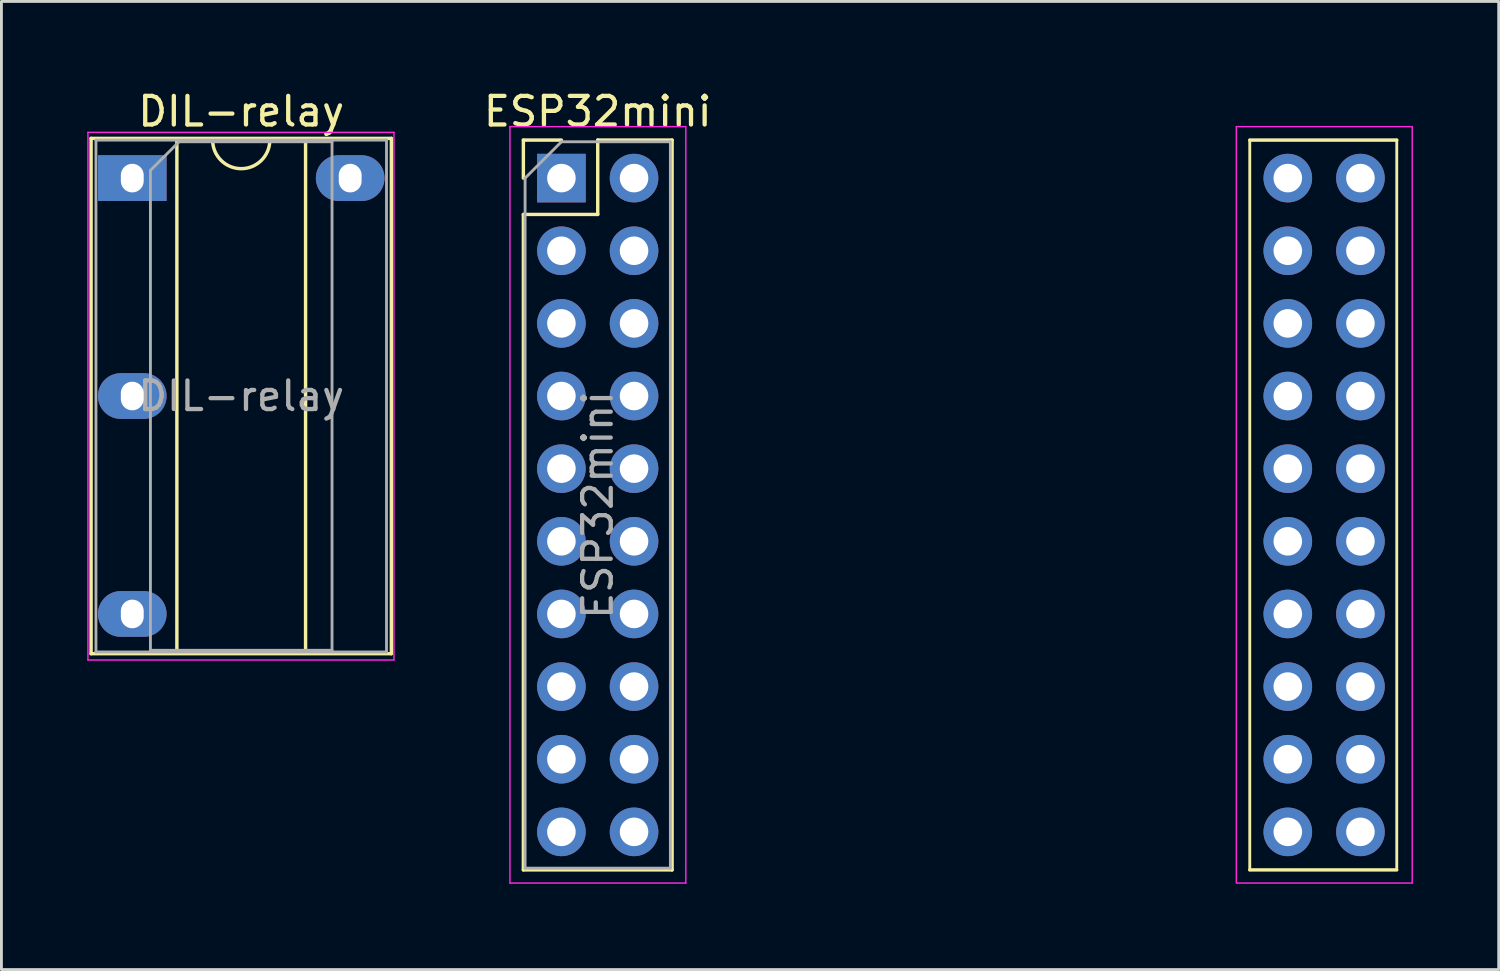
<source format=kicad_pcb>
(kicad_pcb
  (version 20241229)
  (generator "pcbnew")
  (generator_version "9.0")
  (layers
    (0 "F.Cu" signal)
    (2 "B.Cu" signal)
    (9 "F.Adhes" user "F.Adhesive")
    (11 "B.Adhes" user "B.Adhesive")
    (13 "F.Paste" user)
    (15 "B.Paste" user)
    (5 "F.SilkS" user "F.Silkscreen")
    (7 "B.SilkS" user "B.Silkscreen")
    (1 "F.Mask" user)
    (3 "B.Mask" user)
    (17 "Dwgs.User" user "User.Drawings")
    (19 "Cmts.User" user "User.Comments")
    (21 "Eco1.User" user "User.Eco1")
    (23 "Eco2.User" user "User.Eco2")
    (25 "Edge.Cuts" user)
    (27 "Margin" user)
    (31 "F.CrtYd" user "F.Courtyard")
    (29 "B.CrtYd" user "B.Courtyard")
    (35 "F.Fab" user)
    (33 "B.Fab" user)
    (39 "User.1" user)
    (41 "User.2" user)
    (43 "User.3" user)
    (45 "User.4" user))
  (footprint "DIL-relay"
    (layer "F.Cu")
    (at 1.575 3.178)
    (property "Reference" "DIL-relay" (at 3.81 -2.33 0) (layer "F.SilkS") (effects (font (size 1 1) (thickness 0.15))))
    (attr through_hole)
    (fp_line (start -1.44 -1.39) (end -1.44 16.63) (stroke (width 0.12) (type solid)) (layer "F.SilkS"))
    (fp_line (start -1.44 16.63) (end 9.06 16.63) (stroke (width 0.12) (type solid)) (layer "F.SilkS"))
    (fp_line (start 1.56 -1.33) (end 1.56 16.57) (stroke (width 0.12) (type solid)) (layer "F.SilkS"))
    (fp_line (start 1.56 16.57) (end 6.06 16.57) (stroke (width 0.12) (type solid)) (layer "F.SilkS"))
    (fp_line (start 2.81 -1.33) (end 1.56 -1.33) (stroke (width 0.12) (type solid)) (layer "F.SilkS"))
    (fp_line (start 6.06 -1.33) (end 4.81 -1.33) (stroke (width 0.12) (type solid)) (layer "F.SilkS"))
    (fp_line (start 6.06 16.57) (end 6.06 -1.33) (stroke (width 0.12) (type solid)) (layer "F.SilkS"))
    (fp_line (start 9.06 -1.39) (end -1.44 -1.39) (stroke (width 0.12) (type solid)) (layer "F.SilkS"))
    (fp_line (start 9.06 16.63) (end 9.06 -1.39) (stroke (width 0.12) (type solid)) (layer "F.SilkS"))
    (fp_arc (start 4.81 -1.33) (mid 3.81 -0.33) (end 2.81 -1.33) (stroke (width 0.12) (type solid)) (layer "F.SilkS"))
    (fp_line (start -1.55 -1.6) (end -1.55 16.85) (stroke (width 0.05) (type solid)) (layer "F.CrtYd"))
    (fp_line (start -1.55 16.85) (end 9.15 16.85) (stroke (width 0.05) (type solid)) (layer "F.CrtYd"))
    (fp_line (start 9.15 -1.6) (end -1.55 -1.6) (stroke (width 0.05) (type solid)) (layer "F.CrtYd"))
    (fp_line (start 9.15 16.85) (end 9.15 -1.6) (stroke (width 0.05) (type solid)) (layer "F.CrtYd"))
    (fp_line (start -1.27 -1.33) (end -1.27 16.57) (stroke (width 0.1) (type solid)) (layer "F.Fab"))
    (fp_line (start -1.27 16.57) (end 8.89 16.57) (stroke (width 0.1) (type solid)) (layer "F.Fab"))
    (fp_line (start 0.635 -0.27) (end 1.635 -1.27) (stroke (width 0.1) (type solid)) (layer "F.Fab"))
    (fp_line (start 0.635 16.51) (end 0.635 -0.27) (stroke (width 0.1) (type solid)) (layer "F.Fab"))
    (fp_line (start 1.635 -1.27) (end 6.985 -1.27) (stroke (width 0.1) (type solid)) (layer "F.Fab"))
    (fp_line (start 6.985 -1.27) (end 6.985 16.51) (stroke (width 0.1) (type solid)) (layer "F.Fab"))
    (fp_line (start 6.985 16.51) (end 0.635 16.51) (stroke (width 0.1) (type solid)) (layer "F.Fab"))
    (fp_line (start 8.89 -1.33) (end -1.27 -1.33) (stroke (width 0.1) (type solid)) (layer "F.Fab"))
    (fp_line (start 8.89 16.57) (end 8.89 -1.33) (stroke (width 0.1) (type solid)) (layer "F.Fab"))
    (fp_text user "${REFERENCE}" (at 3.81 7.62 0) (layer "F.Fab") (effects (font (size 1 1) (thickness 0.15))))
    (pad "1" thru_hole rect (at 0 0) (size 2.4 1.6) (drill oval 0.8 1) (layers "*.Cu" "*.Mask"))
    (pad "2" thru_hole oval (at 7.62 0) (size 2.4 1.6) (drill oval 0.8 1) (layers "*.Cu" "*.Mask"))
    (pad "3" thru_hole oval (at 0 7.62) (size 2.4 1.6) (drill oval 0.8 1) (layers "*.Cu" "*.Mask"))
    (pad "4" thru_hole oval (at 0 15.24) (size 2.4 1.6) (drill oval 0.8 1) (layers "*.Cu" "*.Mask")))
  (footprint "ESP32mini"
    (layer "F.Cu")
    (at 16.581 3.178)
    (property "Reference" "ESP32mini" (at 1.27 -2.33 0) (layer "F.SilkS") (effects (font (size 1 1) (thickness 0.15))))
    (attr through_hole)
    (fp_line (start -1.33 -1.33) (end 0 -1.33) (stroke (width 0.12) (type solid)) (layer "F.SilkS"))
    (fp_line (start -1.33 0) (end -1.33 -1.33) (stroke (width 0.12) (type solid)) (layer "F.SilkS"))
    (fp_line (start -1.33 1.27) (end -1.33 24.19) (stroke (width 0.12) (type solid)) (layer "F.SilkS"))
    (fp_line (start -1.33 1.27) (end 1.27 1.27) (stroke (width 0.12) (type solid)) (layer "F.SilkS"))
    (fp_line (start -1.33 24.19) (end 3.87 24.19) (stroke (width 0.12) (type solid)) (layer "F.SilkS"))
    (fp_line (start 1.27 -1.33) (end 3.87 -1.33) (stroke (width 0.12) (type solid)) (layer "F.SilkS"))
    (fp_line (start 1.27 1.27) (end 1.27 -1.33) (stroke (width 0.12) (type solid)) (layer "F.SilkS"))
    (fp_line (start 3.87 -1.33) (end 3.87 24.19) (stroke (width 0.12) (type solid)) (layer "F.SilkS"))
    (fp_line (start 24.07 -1.33) (end 24.07 24.19) (stroke (width 0.1) (type solid)) (layer "F.SilkS"))
    (fp_line (start 24.07 -1.33) (end 29.21 -1.33) (stroke (width 0.12) (type solid)) (layer "F.SilkS"))
    (fp_line (start 24.07 24.19) (end 29.21 24.19) (stroke (width 0.12) (type solid)) (layer "F.SilkS"))
    (fp_line (start 29.21 -1.33) (end 29.21 24.13) (stroke (width 0.1) (type solid)) (layer "F.SilkS"))
    (fp_line (start -1.8 -1.8) (end -1.8 24.65) (stroke (width 0.05) (type solid)) (layer "F.CrtYd"))
    (fp_line (start -1.8 24.65) (end 4.35 24.65) (stroke (width 0.05) (type solid)) (layer "F.CrtYd"))
    (fp_line (start 4.35 -1.8) (end -1.8 -1.8) (stroke (width 0.05) (type solid)) (layer "F.CrtYd"))
    (fp_line (start 4.35 24.65) (end 4.35 -1.8) (stroke (width 0.05) (type solid)) (layer "F.CrtYd"))
    (fp_line (start 23.6 -1.8) (end 23.6 24.65) (stroke (width 0.05) (type solid)) (layer "F.CrtYd"))
    (fp_line (start 29.75 -1.8) (end 23.6 -1.8) (stroke (width 0.05) (type solid)) (layer "F.CrtYd"))
    (fp_line (start 29.75 -1.8) (end 29.75 24.65) (stroke (width 0.05) (type solid)) (layer "F.CrtYd"))
    (fp_line (start 29.75 24.65) (end 23.622 24.65) (stroke (width 0.05) (type solid)) (layer "F.CrtYd"))
    (fp_line (start -1.27 0) (end 0 -1.27) (stroke (width 0.1) (type solid)) (layer "F.Fab"))
    (fp_line (start -1.27 24.13) (end -1.27 0) (stroke (width 0.1) (type solid)) (layer "F.Fab"))
    (fp_line (start 0 -1.27) (end 3.81 -1.27) (stroke (width 0.1) (type solid)) (layer "F.Fab"))
    (fp_line (start 3.81 -1.27) (end 3.81 24.13) (stroke (width 0.1) (type solid)) (layer "F.Fab"))
    (fp_line (start 3.81 24.13) (end -1.27 24.13) (stroke (width 0.1) (type solid)) (layer "F.Fab"))
    (fp_text user "${REFERENCE}" (at 1.27 11.43 90) (layer "F.Fab") (effects (font (size 1 1) (thickness 0.15))))
    (pad "1" thru_hole rect (at 0 0) (size 1.7 1.7) (drill 1) (layers "*.Cu" "*.Mask"))
    (pad "2" thru_hole oval (at 2.54 0) (size 1.7 1.7) (drill 1) (layers "*.Cu" "*.Mask"))
    (pad "3" thru_hole oval (at 0 2.54) (size 1.7 1.7) (drill 1) (layers "*.Cu" "*.Mask"))
    (pad "4" thru_hole oval (at 2.54 2.54) (size 1.7 1.7) (drill 1) (layers "*.Cu" "*.Mask"))
    (pad "5" thru_hole oval (at 0 5.08) (size 1.7 1.7) (drill 1) (layers "*.Cu" "*.Mask"))
    (pad "6" thru_hole oval (at 2.54 5.08) (size 1.7 1.7) (drill 1) (layers "*.Cu" "*.Mask"))
    (pad "7" thru_hole oval (at 0 7.62) (size 1.7 1.7) (drill 1) (layers "*.Cu" "*.Mask"))
    (pad "8" thru_hole oval (at 2.54 7.62) (size 1.7 1.7) (drill 1) (layers "*.Cu" "*.Mask"))
    (pad "9" thru_hole oval (at 0 10.16) (size 1.7 1.7) (drill 1) (layers "*.Cu" "*.Mask"))
    (pad "10" thru_hole oval (at 2.54 10.16) (size 1.7 1.7) (drill 1) (layers "*.Cu" "*.Mask"))
    (pad "11" thru_hole oval (at 0 12.7) (size 1.7 1.7) (drill 1) (layers "*.Cu" "*.Mask"))
    (pad "12" thru_hole oval (at 2.54 12.7) (size 1.7 1.7) (drill 1) (layers "*.Cu" "*.Mask"))
    (pad "13" thru_hole oval (at 0 15.24) (size 1.7 1.7) (drill 1) (layers "*.Cu" "*.Mask"))
    (pad "14" thru_hole oval (at 2.54 15.24) (size 1.7 1.7) (drill 1) (layers "*.Cu" "*.Mask"))
    (pad "15" thru_hole oval (at 0 17.78) (size 1.7 1.7) (drill 1) (layers "*.Cu" "*.Mask"))
    (pad "16" thru_hole oval (at 2.54 17.78) (size 1.7 1.7) (drill 1) (layers "*.Cu" "*.Mask"))
    (pad "17" thru_hole oval (at 0 20.32) (size 1.7 1.7) (drill 1) (layers "*.Cu" "*.Mask"))
    (pad "18" thru_hole oval (at 2.54 20.32) (size 1.7 1.7) (drill 1) (layers "*.Cu" "*.Mask"))
    (pad "19" thru_hole oval (at 0 22.86) (size 1.7 1.7) (drill 1) (layers "*.Cu" "*.Mask"))
    (pad "20" thru_hole oval (at 2.54 22.86) (size 1.7 1.7) (drill 1) (layers "*.Cu" "*.Mask"))
    (pad "21" thru_hole oval (at 25.4 0) (size 1.7 1.7) (drill 1) (layers "*.Cu" "*.Mask"))
    (pad "22" thru_hole oval (at 27.94 0) (size 1.7 1.7) (drill 1) (layers "*.Cu" "*.Mask"))
    (pad "23" thru_hole oval (at 25.4 2.54) (size 1.7 1.7) (drill 1) (layers "*.Cu" "*.Mask"))
    (pad "24" thru_hole oval (at 27.94 2.54) (size 1.7 1.7) (drill 1) (layers "*.Cu" "*.Mask"))
    (pad "25" thru_hole oval (at 25.4 5.08) (size 1.7 1.7) (drill 1) (layers "*.Cu" "*.Mask"))
    (pad "26" thru_hole oval (at 27.94 5.08) (size 1.7 1.7) (drill 1) (layers "*.Cu" "*.Mask"))
    (pad "27" thru_hole oval (at 25.4 7.62) (size 1.7 1.7) (drill 1) (layers "*.Cu" "*.Mask"))
    (pad "28" thru_hole oval (at 27.94 7.62) (size 1.7 1.7) (drill 1) (layers "*.Cu" "*.Mask"))
    (pad "29" thru_hole oval (at 25.4 10.16) (size 1.7 1.7) (drill 1) (layers "*.Cu" "*.Mask"))
    (pad "30" thru_hole oval (at 27.94 10.16) (size 1.7 1.7) (drill 1) (layers "*.Cu" "*.Mask"))
    (pad "31" thru_hole oval (at 25.4 12.7) (size 1.7 1.7) (drill 1) (layers "*.Cu" "*.Mask"))
    (pad "32" thru_hole oval (at 27.94 12.7) (size 1.7 1.7) (drill 1) (layers "*.Cu" "*.Mask"))
    (pad "33" thru_hole oval (at 25.4 15.24) (size 1.7 1.7) (drill 1) (layers "*.Cu" "*.Mask"))
    (pad "34" thru_hole oval (at 27.94 15.24) (size 1.7 1.7) (drill 1) (layers "*.Cu" "*.Mask"))
    (pad "35" thru_hole oval (at 25.4 17.78) (size 1.7 1.7) (drill 1) (layers "*.Cu" "*.Mask"))
    (pad "36" thru_hole oval (at 27.94 17.78) (size 1.7 1.7) (drill 1) (layers "*.Cu" "*.Mask"))
    (pad "37" thru_hole oval (at 25.4 20.32) (size 1.7 1.7) (drill 1) (layers "*.Cu" "*.Mask"))
    (pad "38" thru_hole oval (at 27.94 20.32) (size 1.7 1.7) (drill 1) (layers "*.Cu" "*.Mask"))
    (pad "39" thru_hole oval (at 25.4 22.86) (size 1.7 1.7) (drill 1) (layers "*.Cu" "*.Mask"))
    (pad "40" thru_hole oval (at 27.94 22.86) (size 1.7 1.7) (drill 1) (layers "*.Cu" "*.Mask")))
  (gr_rect
    (start -3 -3)
    (end 49.356 30.853)
    (stroke (width 0.1) (type default))
    (fill no)
    (layer "Edge.Cuts")))
</source>
